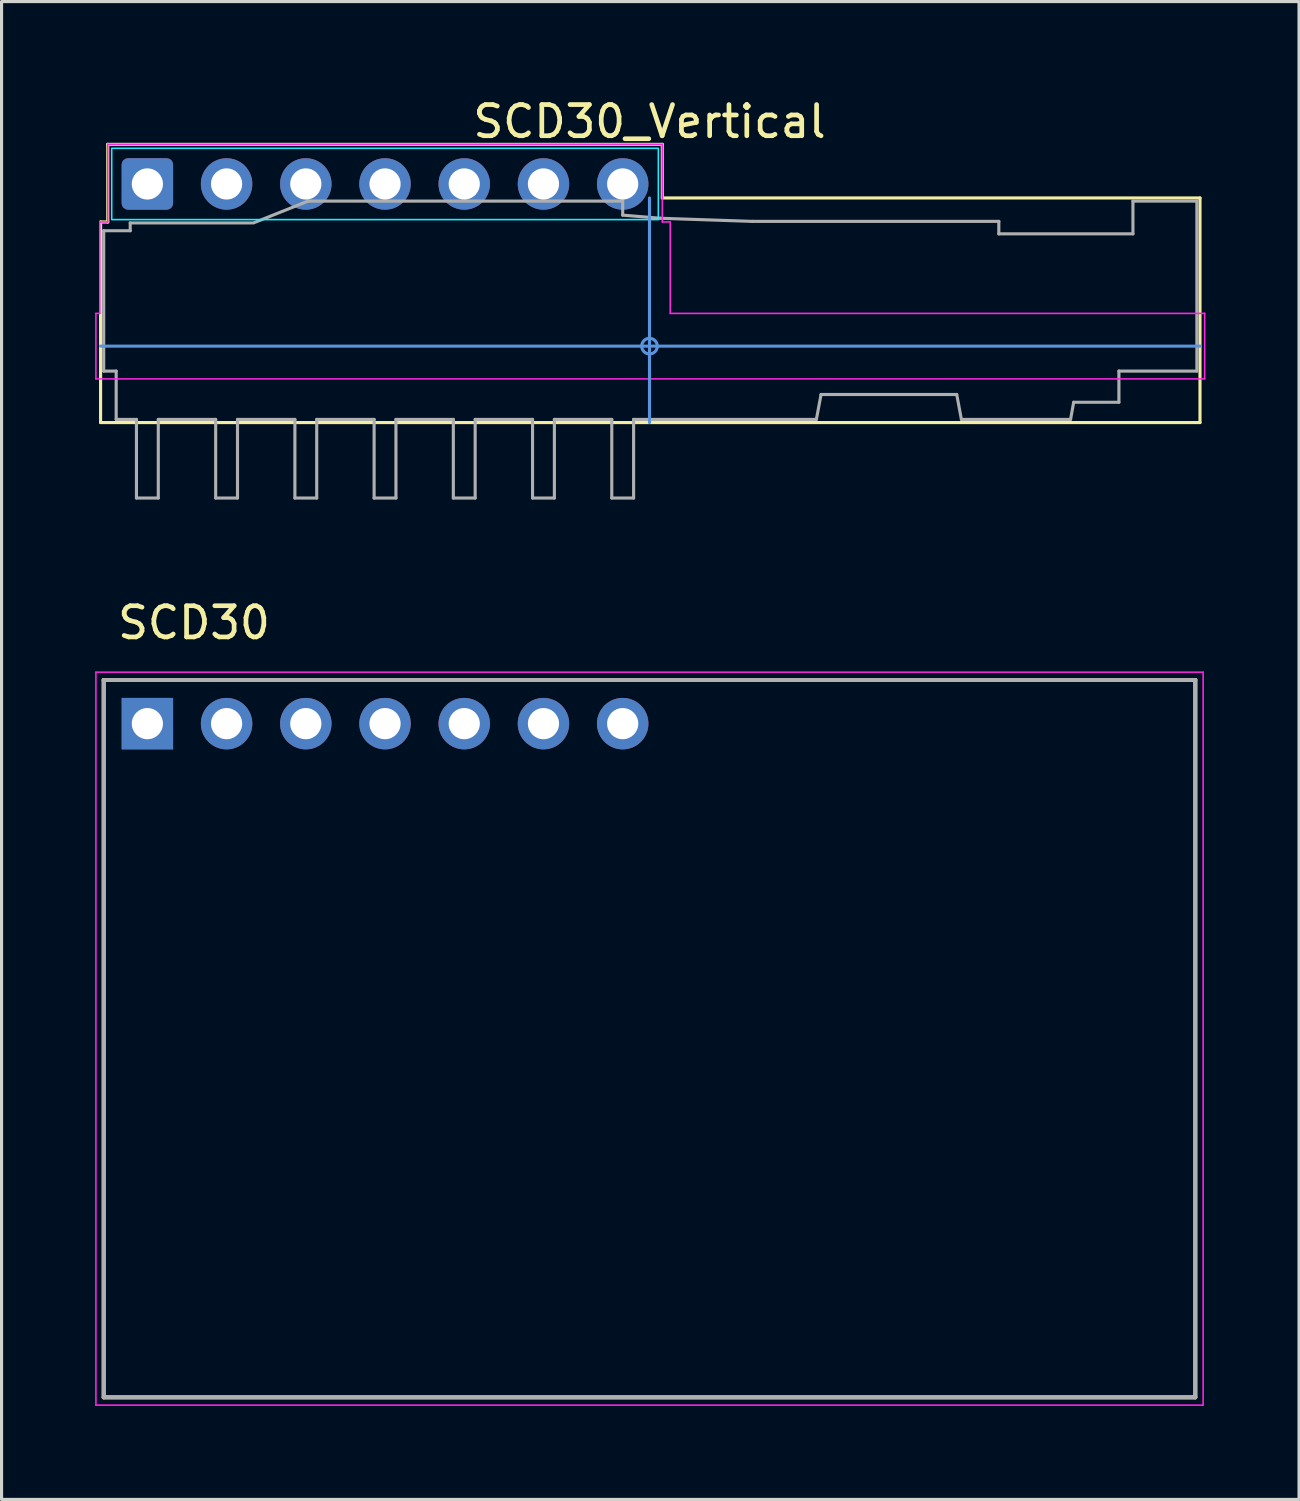
<source format=kicad_pcb>
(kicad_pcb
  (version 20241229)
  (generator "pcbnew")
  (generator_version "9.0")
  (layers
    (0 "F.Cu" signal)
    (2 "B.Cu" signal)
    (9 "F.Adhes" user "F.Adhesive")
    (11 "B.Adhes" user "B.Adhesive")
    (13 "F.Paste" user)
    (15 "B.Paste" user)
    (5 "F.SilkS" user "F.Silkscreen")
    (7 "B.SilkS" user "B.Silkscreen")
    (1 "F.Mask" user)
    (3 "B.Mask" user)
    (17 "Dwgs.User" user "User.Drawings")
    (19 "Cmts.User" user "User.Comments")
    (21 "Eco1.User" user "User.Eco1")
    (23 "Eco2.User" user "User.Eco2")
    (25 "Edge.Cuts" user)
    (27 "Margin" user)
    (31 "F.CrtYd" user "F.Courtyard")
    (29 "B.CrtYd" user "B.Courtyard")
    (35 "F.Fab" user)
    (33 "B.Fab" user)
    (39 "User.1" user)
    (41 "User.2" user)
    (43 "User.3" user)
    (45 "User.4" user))
  (footprint "SCD30_Vertical"
    (layer "F.Cu")
    (at 17.775 8.048)
    (property "Reference" "SCD30_Vertical" (at 0 -7.2 0) (layer "F.SilkS") (effects (font (size 1 1) (thickness 0.15))))
    (attr through_hole)
    (fp_line (start -17.6 -3.981) (end -17.6 2.45) (stroke (width 0.1) (type solid)) (layer "F.SilkS"))
    (fp_line (start -17.6 -3.981) (end -17.37 -3.981) (stroke (width 0.1) (type solid)) (layer "F.SilkS"))
    (fp_line (start -17.6 2.45) (end 17.65 2.45) (stroke (width 0.1) (type solid)) (layer "F.SilkS"))
    (fp_line (start -17.37 -6.47) (end -17.37 -3.981) (stroke (width 0.1) (type solid)) (layer "F.SilkS"))
    (fp_line (start 0.41 -6.47) (end -17.37 -6.47) (stroke (width 0.1) (type solid)) (layer "F.SilkS"))
    (fp_line (start 0.41 -4.75) (end 0.41 -6.47) (stroke (width 0.1) (type solid)) (layer "F.SilkS"))
    (fp_line (start 0.41 -4.75) (end 17.65 -4.75) (stroke (width 0.1) (type solid)) (layer "F.SilkS"))
    (fp_line (start 17.65 -4.75) (end 17.65 2.45) (stroke (width 0.1) (type solid)) (layer "F.SilkS"))
    (fp_line (start -17.6 0) (end 17.65 0) (stroke (width 0.1) (type solid)) (layer "Cmts.User"))
    (fp_line (start 0 -4.75) (end 0 2.45) (stroke (width 0.1) (type solid)) (layer "Cmts.User"))
    (fp_circle (center 0 0) (end 0.25 0) (stroke (width 0.1) (type solid)) (fill no) (layer "Cmts.User"))
    (fp_line (start -16.55 1.05) (end -16.55 4.97) (stroke (width 0.1) (type solid)) (layer "Eco2.User"))
    (fp_line (start -16.55 4.97) (end -0.41 4.97) (stroke (width 0.1) (type solid)) (layer "Eco2.User"))
    (fp_line (start -0.41 1.05) (end -0.41 4.97) (stroke (width 0.1) (type solid)) (layer "Eco2.User"))
    (fp_line (start 12.5 1.05) (end 12.5 1.9) (stroke (width 0.1) (type solid)) (layer "Eco2.User"))
    (fp_line (start 12.5 1.9) (end 15.15 1.9) (stroke (width 0.1) (type solid)) (layer "Eco2.User"))
    (fp_line (start 15.15 1.05) (end 15.15 1.9) (stroke (width 0.1) (type solid)) (layer "Eco2.User"))
    (fp_rect (start -17.243 -6.343) (end 0.283 -4.057) (stroke (width 0.05) (type solid)) (fill no) (layer "B.CrtYd"))
    (fp_line (start -17.75 -1.05) (end -17.75 1.05) (stroke (width 0.05) (type solid)) (layer "F.CrtYd"))
    (fp_line (start -17.75 -1.05) (end -17.624 -1.05) (stroke (width 0.05) (type solid)) (layer "F.CrtYd"))
    (fp_line (start -17.75 1.05) (end 17.8 1.05) (stroke (width 0.05) (type solid)) (layer "F.CrtYd"))
    (fp_line (start -17.624 -3.981) (end -17.624 -1.05) (stroke (width 0.05) (type solid)) (layer "F.CrtYd"))
    (fp_line (start -17.624 -3.981) (end -17.37 -3.981) (stroke (width 0.05) (type solid)) (layer "F.CrtYd"))
    (fp_line (start -17.37 -6.47) (end -17.37 -3.981) (stroke (width 0.05) (type solid)) (layer "F.CrtYd"))
    (fp_line (start -17.37 -6.47) (end 0.41 -6.47) (stroke (width 0.05) (type solid)) (layer "F.CrtYd"))
    (fp_line (start 0.41 -6.47) (end 0.41 -3.981) (stroke (width 0.05) (type solid)) (layer "F.CrtYd"))
    (fp_line (start 0.41 -3.981) (end 0.664 -3.981) (stroke (width 0.05) (type solid)) (layer "F.CrtYd"))
    (fp_line (start 0.664 -3.981) (end 0.664 -1.05) (stroke (width 0.05) (type solid)) (layer "F.CrtYd"))
    (fp_line (start 0.664 -1.05) (end 17.8 -1.05) (stroke (width 0.05) (type solid)) (layer "F.CrtYd"))
    (fp_line (start 17.8 -1.05) (end 17.8 1.05) (stroke (width 0.05) (type solid)) (layer "F.CrtYd"))
    (fp_line (start -17.5 -3.7) (end -16.65 -3.7) (stroke (width 0.1) (type solid)) (layer "F.Fab"))
    (fp_line (start -17.5 0.8) (end -17.5 -3.7) (stroke (width 0.1) (type solid)) (layer "F.Fab"))
    (fp_line (start -17.1 0.8) (end -17.5 0.8) (stroke (width 0.1) (type solid)) (layer "F.Fab"))
    (fp_line (start -17.1 0.8) (end -17.1 2.35) (stroke (width 0.1) (type solid)) (layer "F.Fab"))
    (fp_line (start -17.1 2.35) (end -16.45 2.35) (stroke (width 0.1) (type solid)) (layer "F.Fab"))
    (fp_line (start -16.65 -3.95) (end -16.65 -3.7) (stroke (width 0.1) (type solid)) (layer "F.Fab"))
    (fp_line (start -16.65 -3.95) (end -12.75 -3.95) (stroke (width 0.1) (type solid)) (layer "F.Fab"))
    (fp_line (start -16.45 2.35) (end -16.45 4.87) (stroke (width 0.1) (type solid)) (layer "F.Fab"))
    (fp_line (start -16.45 4.87) (end -15.75 4.87) (stroke (width 0.1) (type solid)) (layer "F.Fab"))
    (fp_line (start -15.75 2.35) (end -15.75 4.87) (stroke (width 0.1) (type solid)) (layer "F.Fab"))
    (fp_line (start -15.75 2.35) (end -13.91 2.35) (stroke (width 0.1) (type solid)) (layer "F.Fab"))
    (fp_line (start -13.91 2.35) (end -13.91 4.87) (stroke (width 0.1) (type solid)) (layer "F.Fab"))
    (fp_line (start -13.91 4.87) (end -13.21 4.87) (stroke (width 0.1) (type solid)) (layer "F.Fab"))
    (fp_line (start -13.21 2.35) (end -13.21 4.87) (stroke (width 0.1) (type solid)) (layer "F.Fab"))
    (fp_line (start -13.21 2.35) (end -11.37 2.35) (stroke (width 0.1) (type solid)) (layer "F.Fab"))
    (fp_line (start -12.7 -3.95) (end -10.95 -4.65) (stroke (width 0.1) (type solid)) (layer "F.Fab"))
    (fp_line (start -11.37 2.35) (end -11.37 4.87) (stroke (width 0.1) (type solid)) (layer "F.Fab"))
    (fp_line (start -11.37 4.87) (end -10.67 4.87) (stroke (width 0.1) (type solid)) (layer "F.Fab"))
    (fp_line (start -10.95 -4.65) (end -0.86 -4.65) (stroke (width 0.1) (type solid)) (layer "F.Fab"))
    (fp_line (start -10.67 2.35) (end -10.67 4.87) (stroke (width 0.1) (type solid)) (layer "F.Fab"))
    (fp_line (start -10.67 2.35) (end -8.83 2.35) (stroke (width 0.1) (type solid)) (layer "F.Fab"))
    (fp_line (start -8.83 2.35) (end -8.83 4.87) (stroke (width 0.1) (type solid)) (layer "F.Fab"))
    (fp_line (start -8.83 4.87) (end -8.13 4.87) (stroke (width 0.1) (type solid)) (layer "F.Fab"))
    (fp_line (start -8.13 2.35) (end -8.13 4.87) (stroke (width 0.1) (type solid)) (layer "F.Fab"))
    (fp_line (start -8.13 2.35) (end -6.29 2.35) (stroke (width 0.1) (type solid)) (layer "F.Fab"))
    (fp_line (start -6.29 2.35) (end -6.29 4.87) (stroke (width 0.1) (type solid)) (layer "F.Fab"))
    (fp_line (start -6.29 4.87) (end -5.59 4.87) (stroke (width 0.1) (type solid)) (layer "F.Fab"))
    (fp_line (start -5.59 2.35) (end -5.59 4.87) (stroke (width 0.1) (type solid)) (layer "F.Fab"))
    (fp_line (start -5.59 2.35) (end -3.75 2.35) (stroke (width 0.1) (type solid)) (layer "F.Fab"))
    (fp_line (start -3.75 2.35) (end -3.75 4.87) (stroke (width 0.1) (type solid)) (layer "F.Fab"))
    (fp_line (start -3.75 4.87) (end -3.05 4.87) (stroke (width 0.1) (type solid)) (layer "F.Fab"))
    (fp_line (start -3.05 2.35) (end -3.05 4.87) (stroke (width 0.1) (type solid)) (layer "F.Fab"))
    (fp_line (start -3.05 2.35) (end -1.21 2.35) (stroke (width 0.1) (type solid)) (layer "F.Fab"))
    (fp_line (start -1.21 2.35) (end -1.21 4.87) (stroke (width 0.1) (type solid)) (layer "F.Fab"))
    (fp_line (start -1.21 4.87) (end -0.51 4.87) (stroke (width 0.1) (type solid)) (layer "F.Fab"))
    (fp_line (start -0.86 -4.65) (end -0.86 -4.2) (stroke (width 0.1) (type solid)) (layer "F.Fab"))
    (fp_line (start -0.86 -4.2) (end 0.35 -4.1) (stroke (width 0.1) (type solid)) (layer "F.Fab"))
    (fp_line (start -0.51 2.35) (end -0.51 4.87) (stroke (width 0.1) (type solid)) (layer "F.Fab"))
    (fp_line (start 0.35 -4.1) (end 3.3 -4) (stroke (width 0.1) (type solid)) (layer "F.Fab"))
    (fp_line (start 3.3 -4) (end 11.2 -4) (stroke (width 0.1) (type solid)) (layer "F.Fab"))
    (fp_line (start 5.35 2.35) (end -0.51 2.35) (stroke (width 0.1) (type solid)) (layer "F.Fab"))
    (fp_line (start 5.5 1.55) (end 5.35 2.35) (stroke (width 0.1) (type solid)) (layer "F.Fab"))
    (fp_line (start 5.5 1.55) (end 9.85 1.55) (stroke (width 0.1) (type solid)) (layer "F.Fab"))
    (fp_line (start 9.85 1.55) (end 10 2.35) (stroke (width 0.1) (type solid)) (layer "F.Fab"))
    (fp_line (start 10 2.35) (end 13.5 2.35) (stroke (width 0.1) (type solid)) (layer "F.Fab"))
    (fp_line (start 11.2 -4) (end 11.2 -3.6) (stroke (width 0.1) (type solid)) (layer "F.Fab"))
    (fp_line (start 11.2 -3.6) (end 15.5 -3.6) (stroke (width 0.1) (type solid)) (layer "F.Fab"))
    (fp_line (start 13.6 1.8) (end 13.5 2.35) (stroke (width 0.1) (type solid)) (layer "F.Fab"))
    (fp_line (start 13.6 1.8) (end 15.05 1.8) (stroke (width 0.1) (type solid)) (layer "F.Fab"))
    (fp_line (start 15.05 0.8) (end 17.55 0.8) (stroke (width 0.1) (type solid)) (layer "F.Fab"))
    (fp_line (start 15.05 1.8) (end 15.05 0.8) (stroke (width 0.1) (type solid)) (layer "F.Fab"))
    (fp_line (start 15.5 -4.65) (end 15.5 -3.6) (stroke (width 0.1) (type solid)) (layer "F.Fab"))
    (fp_line (start 15.5 -4.65) (end 17.55 -4.65) (stroke (width 0.1) (type solid)) (layer "F.Fab"))
    (fp_line (start 17.55 -4.65) (end 17.55 0.8) (stroke (width 0.1) (type solid)) (layer "F.Fab"))
    (fp_text user "Max 1.18mm tall components" (at -8.48 4.47 0) (unlocked yes) (layer "Eco2.User") (effects (font (size 0.5 0.5) (thickness 0.075))))
    (pad "1" thru_hole roundrect (at -16.1 -5.2) (size 1.65 1.65) (drill 1) (layers "*.Cu" "*.Mask") (roundrect_rratio 0.125))
    (pad "2" thru_hole circle (at -13.56 -5.2) (size 1.65 1.65) (drill 1) (layers "*.Cu" "*.Mask"))
    (pad "3" thru_hole circle (at -11.02 -5.2) (size 1.65 1.65) (drill 1) (layers "*.Cu" "*.Mask"))
    (pad "4" thru_hole circle (at -8.48 -5.2) (size 1.65 1.65) (drill 1) (layers "*.Cu" "*.Mask"))
    (pad "5" thru_hole circle (at -5.94 -5.2) (size 1.65 1.65) (drill 1) (layers "*.Cu" "*.Mask"))
    (pad "6" thru_hole circle (at -3.4 -5.2) (size 1.65 1.65) (drill 1) (layers "*.Cu" "*.Mask"))
    (pad "7" thru_hole circle (at -0.86 -5.2) (size 1.65 1.65) (drill 1) (layers "*.Cu" "*.Mask")))
  (footprint "SCD30"
    (layer "F.Cu")
    (at 17.775 30.252)
    (property "Reference" "SCD30" (at -14.605 -13.335 0) (layer "F.SilkS") (effects (font (size 1 1) (thickness 0.15))))
    (attr through_hole)
    (fp_line (start -17.5 -11.5) (end 17.5 -11.5) (stroke (width 0.127) (type solid)) (layer "F.SilkS"))
    (fp_line (start -17.5 11.5) (end -17.5 -11.5) (stroke (width 0.127) (type solid)) (layer "F.SilkS"))
    (fp_line (start 17.5 -11.5) (end 17.5 11.5) (stroke (width 0.127) (type solid)) (layer "F.SilkS"))
    (fp_line (start 17.5 11.5) (end -17.5 11.5) (stroke (width 0.127) (type solid)) (layer "F.SilkS"))
    (fp_line (start -17.75 -11.75) (end 17.75 -11.75) (stroke (width 0.05) (type solid)) (layer "F.CrtYd"))
    (fp_line (start -17.75 11.75) (end -17.75 -11.75) (stroke (width 0.05) (type solid)) (layer "F.CrtYd"))
    (fp_line (start 17.75 -11.75) (end 17.75 11.75) (stroke (width 0.05) (type solid)) (layer "F.CrtYd"))
    (fp_line (start 17.75 11.75) (end -17.75 11.75) (stroke (width 0.05) (type solid)) (layer "F.CrtYd"))
    (fp_line (start -17.5 -11.5) (end 17.5 -11.5) (stroke (width 0.127) (type solid)) (layer "F.Fab"))
    (fp_line (start -17.5 11.5) (end -17.5 -11.5) (stroke (width 0.127) (type solid)) (layer "F.Fab"))
    (fp_line (start 17.5 -11.5) (end 17.5 11.5) (stroke (width 0.127) (type solid)) (layer "F.Fab"))
    (fp_line (start 17.5 11.5) (end -17.5 11.5) (stroke (width 0.127) (type solid)) (layer "F.Fab"))
    (pad "1" thru_hole rect (at -16.1 -10.1) (size 1.65 1.65) (drill 1) (layers "*.Cu" "*.Mask"))
    (pad "2" thru_hole circle (at -13.56 -10.1) (size 1.65 1.65) (drill 1) (layers "*.Cu" "*.Mask"))
    (pad "3" thru_hole circle (at -11.02 -10.1) (size 1.65 1.65) (drill 1) (layers "*.Cu" "*.Mask"))
    (pad "4" thru_hole circle (at -8.48 -10.1) (size 1.65 1.65) (drill 1) (layers "*.Cu" "*.Mask"))
    (pad "5" thru_hole circle (at -5.94 -10.1) (size 1.65 1.65) (drill 1) (layers "*.Cu" "*.Mask"))
    (pad "6" thru_hole circle (at -3.4 -10.1) (size 1.65 1.65) (drill 1) (layers "*.Cu" "*.Mask"))
    (pad "7" thru_hole circle (at -0.86 -10.1) (size 1.65 1.65) (drill 1) (layers "*.Cu" "*.Mask")))
  (gr_rect
    (start -3 -3)
    (end 38.6 45.026)
    (stroke (width 0.1) (type default))
    (fill no)
    (layer "Edge.Cuts")))
</source>
